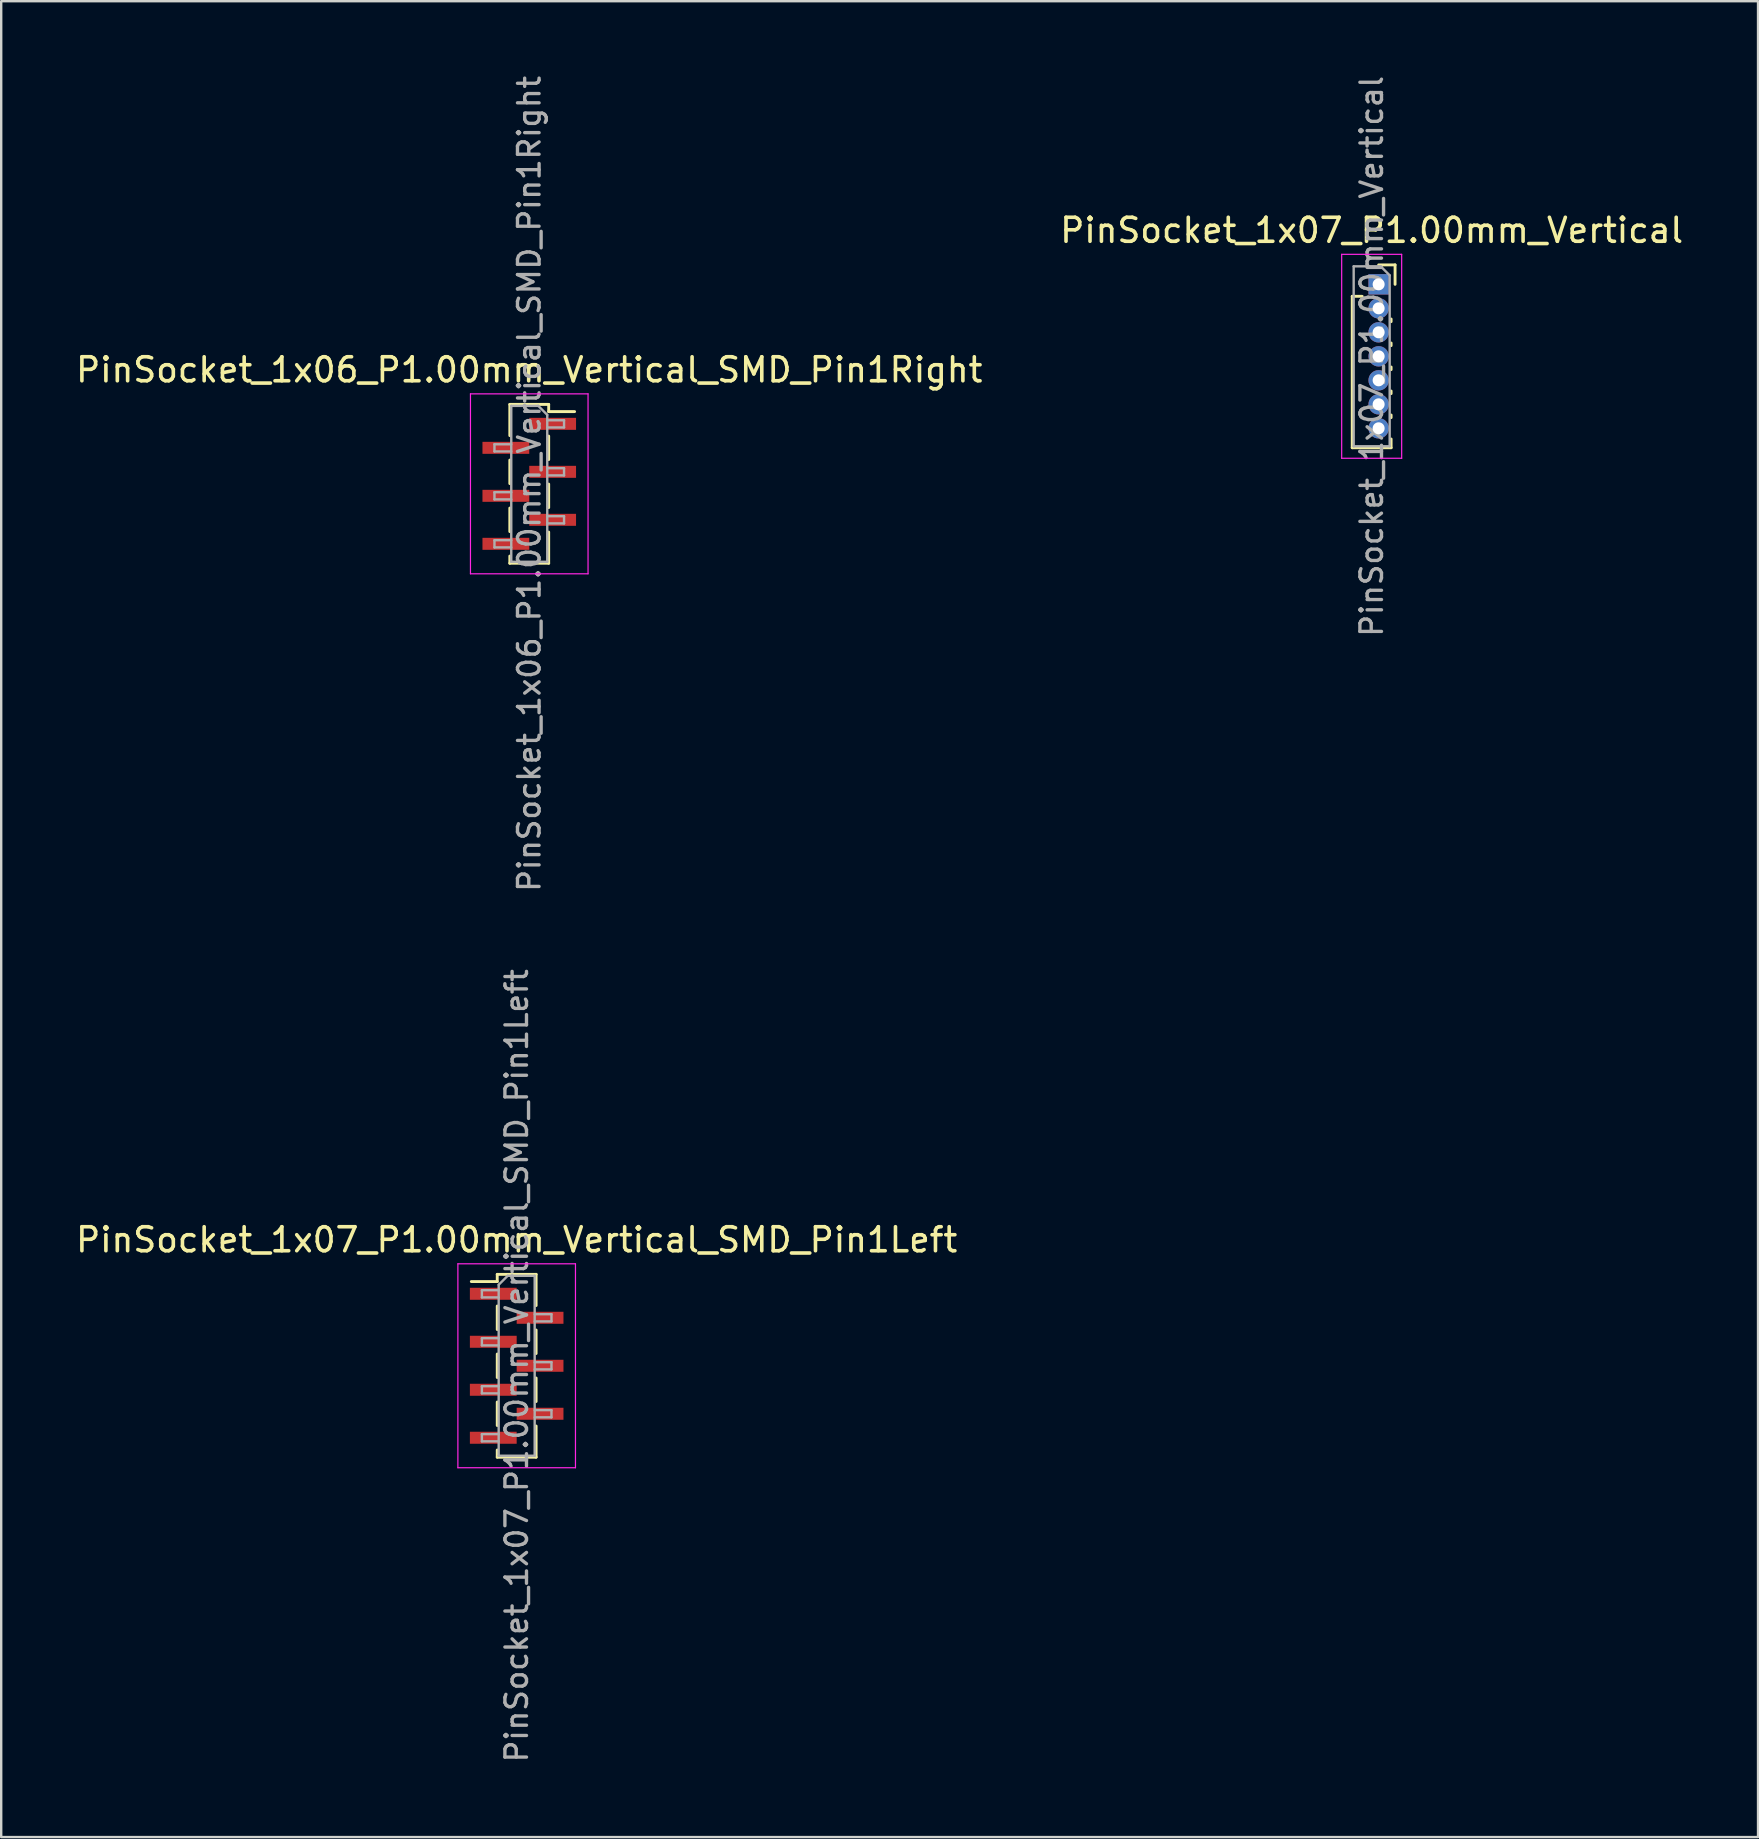
<source format=kicad_pcb>
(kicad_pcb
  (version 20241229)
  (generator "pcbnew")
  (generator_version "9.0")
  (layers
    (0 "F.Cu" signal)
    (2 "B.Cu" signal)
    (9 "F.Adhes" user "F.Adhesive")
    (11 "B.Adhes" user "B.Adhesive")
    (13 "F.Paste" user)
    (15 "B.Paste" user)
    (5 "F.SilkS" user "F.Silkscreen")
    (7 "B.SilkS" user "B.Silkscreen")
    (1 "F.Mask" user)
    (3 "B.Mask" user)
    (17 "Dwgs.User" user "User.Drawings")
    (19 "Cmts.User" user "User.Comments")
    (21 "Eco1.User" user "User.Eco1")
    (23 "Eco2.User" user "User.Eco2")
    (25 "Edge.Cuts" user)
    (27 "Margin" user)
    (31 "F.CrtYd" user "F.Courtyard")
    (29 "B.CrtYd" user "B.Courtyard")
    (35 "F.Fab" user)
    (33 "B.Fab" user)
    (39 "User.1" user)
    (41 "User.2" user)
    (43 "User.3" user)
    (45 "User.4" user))
  (footprint "PinSocket_1x06_P1.00mm_Vertical_SMD_Pin1Right"
    (layer "F.Cu")
    (at 19.006 17.113)
    (property "Reference" "PinSocket_1x06_P1.00mm_Vertical_SMD_Pin1Right" (at 0 -4.75 0) (layer "F.SilkS") (effects (font (size 1 1) (thickness 0.15))))
    (attr smd)
    (fp_line (start -0.81 -3.31) (end -0.81 -2.01) (stroke (width 0.12) (type solid)) (layer "F.SilkS"))
    (fp_line (start -0.81 -3.31) (end 0.81 -3.31) (stroke (width 0.12) (type solid)) (layer "F.SilkS"))
    (fp_line (start -0.81 -0.99) (end -0.81 -0.01) (stroke (width 0.12) (type solid)) (layer "F.SilkS"))
    (fp_line (start -0.81 1.01) (end -0.81 1.99) (stroke (width 0.12) (type solid)) (layer "F.SilkS"))
    (fp_line (start -0.81 3.01) (end -0.81 3.31) (stroke (width 0.12) (type solid)) (layer "F.SilkS"))
    (fp_line (start -0.81 3.31) (end 0.81 3.31) (stroke (width 0.12) (type solid)) (layer "F.SilkS"))
    (fp_line (start 0.81 -3.31) (end 0.81 -3.01) (stroke (width 0.12) (type solid)) (layer "F.SilkS"))
    (fp_line (start 0.81 -3.01) (end 1.89 -3.01) (stroke (width 0.12) (type solid)) (layer "F.SilkS"))
    (fp_line (start 0.81 -1.99) (end 0.81 -1.01) (stroke (width 0.12) (type solid)) (layer "F.SilkS"))
    (fp_line (start 0.81 0.01) (end 0.81 0.99) (stroke (width 0.12) (type solid)) (layer "F.SilkS"))
    (fp_line (start 0.81 2.01) (end 0.81 3.31) (stroke (width 0.12) (type solid)) (layer "F.SilkS"))
    (fp_line (start -2.45 -3.75) (end 2.45 -3.75) (stroke (width 0.05) (type solid)) (layer "F.CrtYd"))
    (fp_line (start -2.45 3.75) (end -2.45 -3.75) (stroke (width 0.05) (type solid)) (layer "F.CrtYd"))
    (fp_line (start 2.45 -3.75) (end 2.45 3.75) (stroke (width 0.05) (type solid)) (layer "F.CrtYd"))
    (fp_line (start 2.45 3.75) (end -2.45 3.75) (stroke (width 0.05) (type solid)) (layer "F.CrtYd"))
    (fp_line (start -1.45 -1.65) (end -0.75 -1.65) (stroke (width 0.1) (type solid)) (layer "F.Fab"))
    (fp_line (start -1.45 -1.35) (end -1.45 -1.65) (stroke (width 0.1) (type solid)) (layer "F.Fab"))
    (fp_line (start -1.45 0.35) (end -0.75 0.35) (stroke (width 0.1) (type solid)) (layer "F.Fab"))
    (fp_line (start -1.45 0.65) (end -1.45 0.35) (stroke (width 0.1) (type solid)) (layer "F.Fab"))
    (fp_line (start -1.45 2.35) (end -0.75 2.35) (stroke (width 0.1) (type solid)) (layer "F.Fab"))
    (fp_line (start -1.45 2.65) (end -1.45 2.35) (stroke (width 0.1) (type solid)) (layer "F.Fab"))
    (fp_line (start -0.75 -3.25) (end 0.375 -3.25) (stroke (width 0.1) (type solid)) (layer "F.Fab"))
    (fp_line (start -0.75 -1.35) (end -1.45 -1.35) (stroke (width 0.1) (type solid)) (layer "F.Fab"))
    (fp_line (start -0.75 0.65) (end -1.45 0.65) (stroke (width 0.1) (type solid)) (layer "F.Fab"))
    (fp_line (start -0.75 2.65) (end -1.45 2.65) (stroke (width 0.1) (type solid)) (layer "F.Fab"))
    (fp_line (start -0.75 3.25) (end -0.75 -3.25) (stroke (width 0.1) (type solid)) (layer "F.Fab"))
    (fp_line (start 0.375 -3.25) (end 0.75 -2.875) (stroke (width 0.1) (type solid)) (layer "F.Fab"))
    (fp_line (start 0.75 -2.875) (end 0.75 3.25) (stroke (width 0.1) (type solid)) (layer "F.Fab"))
    (fp_line (start 0.75 -2.65) (end 1.45 -2.65) (stroke (width 0.1) (type solid)) (layer "F.Fab"))
    (fp_line (start 0.75 -0.65) (end 1.45 -0.65) (stroke (width 0.1) (type solid)) (layer "F.Fab"))
    (fp_line (start 0.75 1.35) (end 1.45 1.35) (stroke (width 0.1) (type solid)) (layer "F.Fab"))
    (fp_line (start 0.75 3.25) (end -0.75 3.25) (stroke (width 0.1) (type solid)) (layer "F.Fab"))
    (fp_line (start 1.45 -2.65) (end 1.45 -2.35) (stroke (width 0.1) (type solid)) (layer "F.Fab"))
    (fp_line (start 1.45 -2.35) (end 0.75 -2.35) (stroke (width 0.1) (type solid)) (layer "F.Fab"))
    (fp_line (start 1.45 -0.65) (end 1.45 -0.35) (stroke (width 0.1) (type solid)) (layer "F.Fab"))
    (fp_line (start 1.45 -0.35) (end 0.75 -0.35) (stroke (width 0.1) (type solid)) (layer "F.Fab"))
    (fp_line (start 1.45 1.35) (end 1.45 1.65) (stroke (width 0.1) (type solid)) (layer "F.Fab"))
    (fp_line (start 1.45 1.65) (end 0.75 1.65) (stroke (width 0.1) (type solid)) (layer "F.Fab"))
    (fp_text user "${REFERENCE}" (at 0 0 90) (layer "F.Fab") (effects (font (size 0.9 0.9) (thickness 0.14))))
    (pad "1" smd rect (at 0.975 -2.5) (size 1.95 0.5) (layers "F.Cu" "F.Mask" "F.Paste"))
    (pad "2" smd rect (at -0.975 -1.5) (size 1.95 0.5) (layers "F.Cu" "F.Mask" "F.Paste"))
    (pad "3" smd rect (at 0.975 -0.5) (size 1.95 0.5) (layers "F.Cu" "F.Mask" "F.Paste"))
    (pad "4" smd rect (at -0.975 0.5) (size 1.95 0.5) (layers "F.Cu" "F.Mask" "F.Paste"))
    (pad "5" smd rect (at 0.975 1.5) (size 1.95 0.5) (layers "F.Cu" "F.Mask" "F.Paste"))
    (pad "6" smd rect (at -0.975 2.5) (size 1.95 0.5) (layers "F.Cu" "F.Mask" "F.Paste")))
  (footprint "PinSocket_1x07_P1.00mm_Vertical_SMD_Pin1Left"
    (layer "F.Cu")
    (at 18.482 53.867)
    (property "Reference" "PinSocket_1x07_P1.00mm_Vertical_SMD_Pin1Left" (at 0 -5.25 0) (layer "F.SilkS") (effects (font (size 1 1) (thickness 0.15))))
    (attr smd)
    (fp_line (start -1.89 -3.51) (end -0.81 -3.51) (stroke (width 0.12) (type solid)) (layer "F.SilkS"))
    (fp_line (start -0.81 -3.81) (end -0.81 -3.51) (stroke (width 0.12) (type solid)) (layer "F.SilkS"))
    (fp_line (start -0.81 -3.81) (end 0.81 -3.81) (stroke (width 0.12) (type solid)) (layer "F.SilkS"))
    (fp_line (start -0.81 -2.49) (end -0.81 -1.51) (stroke (width 0.12) (type solid)) (layer "F.SilkS"))
    (fp_line (start -0.81 -0.49) (end -0.81 0.49) (stroke (width 0.12) (type solid)) (layer "F.SilkS"))
    (fp_line (start -0.81 1.51) (end -0.81 2.49) (stroke (width 0.12) (type solid)) (layer "F.SilkS"))
    (fp_line (start -0.81 3.51) (end -0.81 3.81) (stroke (width 0.12) (type solid)) (layer "F.SilkS"))
    (fp_line (start -0.81 3.81) (end 0.81 3.81) (stroke (width 0.12) (type solid)) (layer "F.SilkS"))
    (fp_line (start 0.81 -3.81) (end 0.81 -2.51) (stroke (width 0.12) (type solid)) (layer "F.SilkS"))
    (fp_line (start 0.81 -1.49) (end 0.81 -0.51) (stroke (width 0.12) (type solid)) (layer "F.SilkS"))
    (fp_line (start 0.81 0.51) (end 0.81 1.49) (stroke (width 0.12) (type solid)) (layer "F.SilkS"))
    (fp_line (start 0.81 2.51) (end 0.81 3.81) (stroke (width 0.12) (type solid)) (layer "F.SilkS"))
    (fp_line (start -2.45 -4.25) (end 2.45 -4.25) (stroke (width 0.05) (type solid)) (layer "F.CrtYd"))
    (fp_line (start -2.45 4.25) (end -2.45 -4.25) (stroke (width 0.05) (type solid)) (layer "F.CrtYd"))
    (fp_line (start 2.45 -4.25) (end 2.45 4.25) (stroke (width 0.05) (type solid)) (layer "F.CrtYd"))
    (fp_line (start 2.45 4.25) (end -2.45 4.25) (stroke (width 0.05) (type solid)) (layer "F.CrtYd"))
    (fp_line (start -1.45 -3.15) (end -0.75 -3.15) (stroke (width 0.1) (type solid)) (layer "F.Fab"))
    (fp_line (start -1.45 -2.85) (end -1.45 -3.15) (stroke (width 0.1) (type solid)) (layer "F.Fab"))
    (fp_line (start -1.45 -1.15) (end -0.75 -1.15) (stroke (width 0.1) (type solid)) (layer "F.Fab"))
    (fp_line (start -1.45 -0.85) (end -1.45 -1.15) (stroke (width 0.1) (type solid)) (layer "F.Fab"))
    (fp_line (start -1.45 0.85) (end -0.75 0.85) (stroke (width 0.1) (type solid)) (layer "F.Fab"))
    (fp_line (start -1.45 1.15) (end -1.45 0.85) (stroke (width 0.1) (type solid)) (layer "F.Fab"))
    (fp_line (start -1.45 2.85) (end -0.75 2.85) (stroke (width 0.1) (type solid)) (layer "F.Fab"))
    (fp_line (start -1.45 3.15) (end -1.45 2.85) (stroke (width 0.1) (type solid)) (layer "F.Fab"))
    (fp_line (start -0.75 -3.375) (end -0.375 -3.75) (stroke (width 0.1) (type solid)) (layer "F.Fab"))
    (fp_line (start -0.75 -2.85) (end -1.45 -2.85) (stroke (width 0.1) (type solid)) (layer "F.Fab"))
    (fp_line (start -0.75 -0.85) (end -1.45 -0.85) (stroke (width 0.1) (type solid)) (layer "F.Fab"))
    (fp_line (start -0.75 1.15) (end -1.45 1.15) (stroke (width 0.1) (type solid)) (layer "F.Fab"))
    (fp_line (start -0.75 3.15) (end -1.45 3.15) (stroke (width 0.1) (type solid)) (layer "F.Fab"))
    (fp_line (start -0.75 3.75) (end -0.75 -3.375) (stroke (width 0.1) (type solid)) (layer "F.Fab"))
    (fp_line (start -0.375 -3.75) (end 0.75 -3.75) (stroke (width 0.1) (type solid)) (layer "F.Fab"))
    (fp_line (start 0.75 -3.75) (end 0.75 3.75) (stroke (width 0.1) (type solid)) (layer "F.Fab"))
    (fp_line (start 0.75 -2.15) (end 1.45 -2.15) (stroke (width 0.1) (type solid)) (layer "F.Fab"))
    (fp_line (start 0.75 -0.15) (end 1.45 -0.15) (stroke (width 0.1) (type solid)) (layer "F.Fab"))
    (fp_line (start 0.75 1.85) (end 1.45 1.85) (stroke (width 0.1) (type solid)) (layer "F.Fab"))
    (fp_line (start 0.75 3.75) (end -0.75 3.75) (stroke (width 0.1) (type solid)) (layer "F.Fab"))
    (fp_line (start 1.45 -2.15) (end 1.45 -1.85) (stroke (width 0.1) (type solid)) (layer "F.Fab"))
    (fp_line (start 1.45 -1.85) (end 0.75 -1.85) (stroke (width 0.1) (type solid)) (layer "F.Fab"))
    (fp_line (start 1.45 -0.15) (end 1.45 0.15) (stroke (width 0.1) (type solid)) (layer "F.Fab"))
    (fp_line (start 1.45 0.15) (end 0.75 0.15) (stroke (width 0.1) (type solid)) (layer "F.Fab"))
    (fp_line (start 1.45 1.85) (end 1.45 2.15) (stroke (width 0.1) (type solid)) (layer "F.Fab"))
    (fp_line (start 1.45 2.15) (end 0.75 2.15) (stroke (width 0.1) (type solid)) (layer "F.Fab"))
    (fp_text user "${REFERENCE}" (at 0 0 90) (layer "F.Fab") (effects (font (size 0.9 0.9) (thickness 0.14))))
    (pad "1" smd rect (at -0.975 -3) (size 1.95 0.5) (layers "F.Cu" "F.Mask" "F.Paste"))
    (pad "2" smd rect (at 0.975 -2) (size 1.95 0.5) (layers "F.Cu" "F.Mask" "F.Paste"))
    (pad "3" smd rect (at -0.975 -1) (size 1.95 0.5) (layers "F.Cu" "F.Mask" "F.Paste"))
    (pad "4" smd rect (at 0.975 0) (size 1.95 0.5) (layers "F.Cu" "F.Mask" "F.Paste"))
    (pad "5" smd rect (at -0.975 1) (size 1.95 0.5) (layers "F.Cu" "F.Mask" "F.Paste"))
    (pad "6" smd rect (at 0.975 2) (size 1.95 0.5) (layers "F.Cu" "F.Mask" "F.Paste"))
    (pad "7" smd rect (at -0.975 3) (size 1.95 0.5) (layers "F.Cu" "F.Mask" "F.Paste")))
  (footprint "PinSocket_1x07_P1.00mm_Vertical"
    (layer "F.Cu")
    (at 54.403 8.799)
    (property "Reference" "PinSocket_1x07_P1.00mm_Vertical" (at -0.29 -2.25 0) (layer "F.SilkS") (effects (font (size 1 1) (thickness 0.15))))
    (attr through_hole)
    (fp_line (start -1.1 0.5) (end -1.1 6.81) (stroke (width 0.12) (type solid)) (layer "F.SilkS"))
    (fp_line (start -1.1 0.5) (end -0.685 0.5) (stroke (width 0.12) (type solid)) (layer "F.SilkS"))
    (fp_line (start -1.1 6.81) (end 0.52 6.81) (stroke (width 0.12) (type solid)) (layer "F.SilkS"))
    (fp_line (start 0 -0.81) (end 0.685 -0.81) (stroke (width 0.12) (type solid)) (layer "F.SilkS"))
    (fp_line (start 0.52 1.446) (end 0.52 1.554) (stroke (width 0.12) (type solid)) (layer "F.SilkS"))
    (fp_line (start 0.52 2.446) (end 0.52 2.554) (stroke (width 0.12) (type solid)) (layer "F.SilkS"))
    (fp_line (start 0.52 3.446) (end 0.52 3.554) (stroke (width 0.12) (type solid)) (layer "F.SilkS"))
    (fp_line (start 0.52 4.446) (end 0.52 4.554) (stroke (width 0.12) (type solid)) (layer "F.SilkS"))
    (fp_line (start 0.52 5.446) (end 0.52 5.554) (stroke (width 0.12) (type solid)) (layer "F.SilkS"))
    (fp_line (start 0.52 6.446) (end 0.52 6.81) (stroke (width 0.12) (type solid)) (layer "F.SilkS"))
    (fp_line (start 0.685 -0.81) (end 0.685 0) (stroke (width 0.12) (type solid)) (layer "F.SilkS"))
    (fp_line (start -1.54 -1.25) (end 0.96 -1.25) (stroke (width 0.05) (type solid)) (layer "F.CrtYd"))
    (fp_line (start -1.54 7.25) (end -1.54 -1.25) (stroke (width 0.05) (type solid)) (layer "F.CrtYd"))
    (fp_line (start 0.96 -1.25) (end 0.96 7.25) (stroke (width 0.05) (type solid)) (layer "F.CrtYd"))
    (fp_line (start 0.96 7.25) (end -1.54 7.25) (stroke (width 0.05) (type solid)) (layer "F.CrtYd"))
    (fp_line (start -1.04 -0.75) (end 0.085 -0.75) (stroke (width 0.1) (type solid)) (layer "F.Fab"))
    (fp_line (start -1.04 6.75) (end -1.04 -0.75) (stroke (width 0.1) (type solid)) (layer "F.Fab"))
    (fp_line (start 0.085 -0.75) (end 0.46 -0.375) (stroke (width 0.1) (type solid)) (layer "F.Fab"))
    (fp_line (start 0.46 -0.375) (end 0.46 6.75) (stroke (width 0.1) (type solid)) (layer "F.Fab"))
    (fp_line (start 0.46 6.75) (end -1.04 6.75) (stroke (width 0.1) (type solid)) (layer "F.Fab"))
    (fp_text user "${REFERENCE}" (at -0.29 3 90) (layer "F.Fab") (effects (font (size 0.9 0.9) (thickness 0.14))))
    (pad "1" thru_hole rect (at 0 0) (size 0.85 0.85) (drill 0.5) (layers "*.Cu" "*.Mask"))
    (pad "2" thru_hole circle (at 0 1) (size 0.85 0.85) (drill 0.5) (layers "*.Cu" "*.Mask"))
    (pad "3" thru_hole circle (at 0 2) (size 0.85 0.85) (drill 0.5) (layers "*.Cu" "*.Mask"))
    (pad "4" thru_hole circle (at 0 3) (size 0.85 0.85) (drill 0.5) (layers "*.Cu" "*.Mask"))
    (pad "5" thru_hole circle (at 0 4) (size 0.85 0.85) (drill 0.5) (layers "*.Cu" "*.Mask"))
    (pad "6" thru_hole circle (at 0 5) (size 0.85 0.85) (drill 0.5) (layers "*.Cu" "*.Mask"))
    (pad "7" thru_hole circle (at 0 6) (size 0.85 0.85) (drill 0.5) (layers "*.Cu" "*.Mask")))
  (gr_rect
    (start -3 -3)
    (end 70.214 73.509)
    (stroke (width 0.1) (type default))
    (fill no)
    (layer "Edge.Cuts")))
</source>
